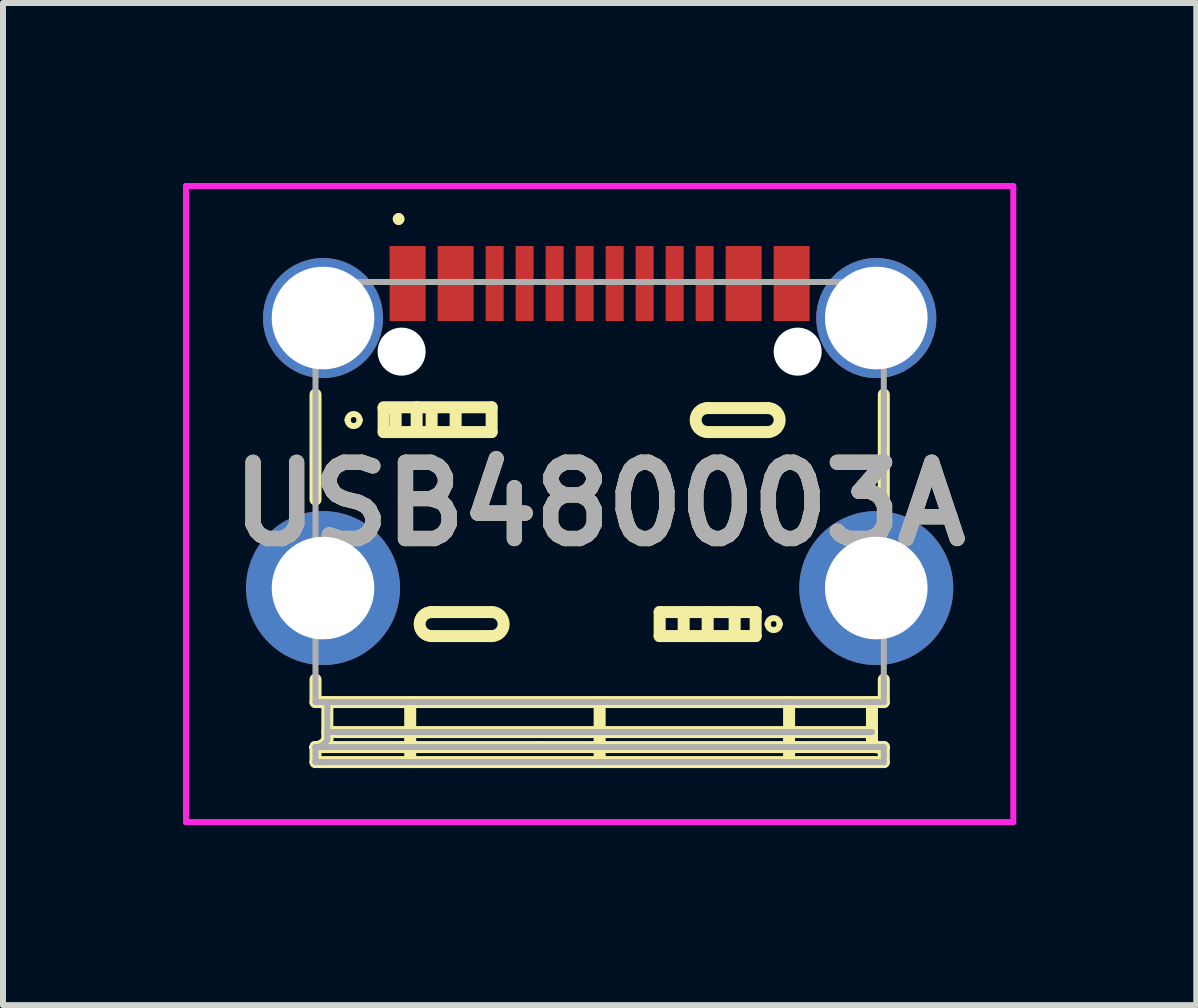
<source format=kicad_pcb>
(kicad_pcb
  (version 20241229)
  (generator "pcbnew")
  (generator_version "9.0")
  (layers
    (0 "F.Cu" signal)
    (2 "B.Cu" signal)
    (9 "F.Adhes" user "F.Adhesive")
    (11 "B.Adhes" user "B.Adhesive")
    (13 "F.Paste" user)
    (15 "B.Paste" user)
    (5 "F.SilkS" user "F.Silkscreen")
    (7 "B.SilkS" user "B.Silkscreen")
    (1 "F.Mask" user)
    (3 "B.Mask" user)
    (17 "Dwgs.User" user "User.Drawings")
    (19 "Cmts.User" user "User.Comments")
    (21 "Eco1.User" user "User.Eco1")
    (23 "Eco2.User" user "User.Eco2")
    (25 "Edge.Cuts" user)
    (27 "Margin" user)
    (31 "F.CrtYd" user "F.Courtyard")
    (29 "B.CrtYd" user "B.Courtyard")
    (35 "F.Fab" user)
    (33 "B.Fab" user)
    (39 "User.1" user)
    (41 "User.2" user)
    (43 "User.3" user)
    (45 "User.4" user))
  (footprint "USB480003A"
    (layer "F.Cu")
    (at 6.943 5.35)
    (property "Reference" "USB480003A" (at 0 0 0) (layer "F.SilkS") (effects (font (size 1.27 1.27) (thickness 0.254))))
    (attr through_hole)
    (fp_line (start -4.735 -1.825) (end -4.735 -0.075) (stroke (width 0.2) (type solid)) (layer "F.SilkS"))
    (fp_line (start -4.735 2.925) (end -4.735 3.3) (stroke (width 0.2) (type solid)) (layer "F.SilkS"))
    (fp_line (start -4.735 3.3) (end 4.735 3.3) (stroke (width 0.2) (type solid)) (layer "F.SilkS"))
    (fp_line (start -4.735 4.05) (end -4.735 4.05) (stroke (width 0.2) (type solid)) (layer "F.SilkS"))
    (fp_line (start -4.735 4.05) (end -4.735 4.05) (stroke (width 0.2) (type solid)) (layer "F.SilkS"))
    (fp_line (start -4.735 4.05) (end -4.735 4.3) (stroke (width 0.2) (type solid)) (layer "F.SilkS"))
    (fp_line (start -4.735 4.3) (end 4.735 4.3) (stroke (width 0.2) (type solid)) (layer "F.SilkS"))
    (fp_line (start -4.538 3.8) (end 4.538 3.8) (stroke (width 0.2) (type solid)) (layer "F.SilkS"))
    (fp_line (start -4.538 3.925) (end -4.538 3.3) (stroke (width 0.2) (type solid)) (layer "F.SilkS"))
    (fp_line (start -4.2 -1.4) (end -4.2 -1.4) (stroke (width 0.1) (type solid)) (layer "F.SilkS"))
    (fp_line (start -4 -1.4) (end -4 -1.4) (stroke (width 0.1) (type solid)) (layer "F.SilkS"))
    (fp_line (start -3.6 -1.613) (end -1.8 -1.613) (stroke (width 0.2) (type solid)) (layer "F.SilkS"))
    (fp_line (start -3.6 -1.6) (end -3.4 -1.6) (stroke (width 0.2) (type solid)) (layer "F.SilkS"))
    (fp_line (start -3.6 -1.2) (end -3.6 -1.6) (stroke (width 0.2) (type solid)) (layer "F.SilkS"))
    (fp_line (start -3.4 -1.6) (end -3.4 -1.2) (stroke (width 0.2) (type solid)) (layer "F.SilkS"))
    (fp_line (start -3.35 -4.8) (end -3.35 -4.8) (stroke (width 0.1) (type solid)) (layer "F.SilkS"))
    (fp_line (start -3.35 -4.7) (end -3.35 -4.7) (stroke (width 0.1) (type solid)) (layer "F.SilkS"))
    (fp_line (start -3.157 4.3) (end -3.157 3.3) (stroke (width 0.2) (type solid)) (layer "F.SilkS"))
    (fp_line (start -3.05 -1.613) (end -3.05 -1.2) (stroke (width 0.2) (type solid)) (layer "F.SilkS"))
    (fp_line (start -2.8 -1.6) (end -2.8 -1.2) (stroke (width 0.2) (type solid)) (layer "F.SilkS"))
    (fp_line (start -2.8 1.8) (end -2.8 1.8) (stroke (width 0.2) (type solid)) (layer "F.SilkS"))
    (fp_line (start -2.8 2.2) (end -1.8 2.2) (stroke (width 0.2) (type solid)) (layer "F.SilkS"))
    (fp_line (start -2.4 -1.6) (end -2.4 -1.2) (stroke (width 0.2) (type solid)) (layer "F.SilkS"))
    (fp_line (start -1.8 -1.613) (end -1.8 -1.2) (stroke (width 0.2) (type solid)) (layer "F.SilkS"))
    (fp_line (start -1.8 -1.2) (end -3.6 -1.2) (stroke (width 0.2) (type solid)) (layer "F.SilkS"))
    (fp_line (start -1.8 1.8) (end -2.8 1.8) (stroke (width 0.2) (type solid)) (layer "F.SilkS"))
    (fp_line (start -1.8 2.2) (end -1.8 2.2) (stroke (width 0.2) (type solid)) (layer "F.SilkS"))
    (fp_line (start -0.986 4.05) (end -4.735 4.05) (stroke (width 0.2) (type solid)) (layer "F.SilkS"))
    (fp_line (start 0 4.3) (end 0 3.3) (stroke (width 0.2) (type solid)) (layer "F.SilkS"))
    (fp_line (start 1 1.8) (end 2.6 1.8) (stroke (width 0.2) (type solid)) (layer "F.SilkS"))
    (fp_line (start 1 2.2) (end 1 1.8) (stroke (width 0.2) (type solid)) (layer "F.SilkS"))
    (fp_line (start 1.4 2.2) (end 1.4 1.8) (stroke (width 0.2) (type solid)) (layer "F.SilkS"))
    (fp_line (start 1.8 -1.6) (end 1.8 -1.6) (stroke (width 0.2) (type solid)) (layer "F.SilkS"))
    (fp_line (start 1.8 -1.2) (end 2.8 -1.2) (stroke (width 0.2) (type solid)) (layer "F.SilkS"))
    (fp_line (start 1.8 2.2) (end 1.8 1.8) (stroke (width 0.2) (type solid)) (layer "F.SilkS"))
    (fp_line (start 2.25 2.2) (end 2.25 1.8) (stroke (width 0.2) (type solid)) (layer "F.SilkS"))
    (fp_line (start 2.4 2.2) (end 1 2.2) (stroke (width 0.2) (type solid)) (layer "F.SilkS"))
    (fp_line (start 2.6 1.8) (end 2.6 2.2) (stroke (width 0.2) (type solid)) (layer "F.SilkS"))
    (fp_line (start 2.6 2.2) (end 2.4 2.2) (stroke (width 0.2) (type solid)) (layer "F.SilkS"))
    (fp_line (start 2.8 -1.6) (end 1.8 -1.6) (stroke (width 0.2) (type solid)) (layer "F.SilkS"))
    (fp_line (start 2.8 -1.2) (end 2.8 -1.2) (stroke (width 0.2) (type solid)) (layer "F.SilkS"))
    (fp_line (start 2.8 2) (end 2.8 2) (stroke (width 0.1) (type solid)) (layer "F.SilkS"))
    (fp_line (start 3 2) (end 3 2) (stroke (width 0.1) (type solid)) (layer "F.SilkS"))
    (fp_line (start 3.157 4.3) (end 3.157 3.3) (stroke (width 0.2) (type solid)) (layer "F.SilkS"))
    (fp_line (start 4.538 3.3) (end 4.538 3.925) (stroke (width 0.2) (type solid)) (layer "F.SilkS"))
    (fp_line (start 4.538 3.925) (end 4.538 3.925) (stroke (width 0.2) (type solid)) (layer "F.SilkS"))
    (fp_line (start 4.735 -0.075) (end 4.735 -1.825) (stroke (width 0.2) (type solid)) (layer "F.SilkS"))
    (fp_line (start 4.735 3.3) (end 4.735 2.925) (stroke (width 0.2) (type solid)) (layer "F.SilkS"))
    (fp_line (start 4.735 4.05) (end -0.986 4.05) (stroke (width 0.2) (type solid)) (layer "F.SilkS"))
    (fp_line (start 4.735 4.3) (end 4.735 4.05) (stroke (width 0.2) (type solid)) (layer "F.SilkS"))
    (fp_arc (start -4.5382 3.925107) (mid -4.618458 4.016141) (end -4.735 4.05) (stroke (width 0.2) (type solid)) (layer "F.SilkS"))
    (fp_arc (start -4.2 -1.4) (mid -4.1 -1.5) (end -4 -1.4) (stroke (width 0.1) (type solid)) (layer "F.SilkS"))
    (fp_arc (start -4 -1.4) (mid -4.1 -1.3) (end -4.2 -1.4) (stroke (width 0.1) (type solid)) (layer "F.SilkS"))
    (fp_arc (start -3.35 -4.8) (mid -3.3 -4.75) (end -3.35 -4.7) (stroke (width 0.1) (type solid)) (layer "F.SilkS"))
    (fp_arc (start -3.35 -4.7) (mid -3.4 -4.75) (end -3.35 -4.8) (stroke (width 0.1) (type solid)) (layer "F.SilkS"))
    (fp_arc (start -2.8 2.2) (mid -3 2) (end -2.8 1.8) (stroke (width 0.2) (type solid)) (layer "F.SilkS"))
    (fp_arc (start -1.8 1.8) (mid -1.6 2) (end -1.8 2.2) (stroke (width 0.2) (type solid)) (layer "F.SilkS"))
    (fp_arc (start 1.8 -1.2) (mid 1.6 -1.4) (end 1.8 -1.6) (stroke (width 0.2) (type solid)) (layer "F.SilkS"))
    (fp_arc (start 2.8 -1.6) (mid 3 -1.4) (end 2.8 -1.2) (stroke (width 0.2) (type solid)) (layer "F.SilkS"))
    (fp_arc (start 2.8 2) (mid 2.9 1.9) (end 3 2) (stroke (width 0.1) (type solid)) (layer "F.SilkS"))
    (fp_arc (start 3 2) (mid 2.9 2.1) (end 2.8 2) (stroke (width 0.1) (type solid)) (layer "F.SilkS"))
    (fp_arc (start 4.734758 4.049866) (mid 4.602056 4.041517) (end 4.538 3.925) (stroke (width 0.2) (type solid)) (layer "F.SilkS"))
    (fp_line (start -6.893 -5.3) (end 6.893 -5.3) (stroke (width 0.1) (type solid)) (layer "F.CrtYd"))
    (fp_line (start -6.893 5.3) (end -6.893 -5.3) (stroke (width 0.1) (type solid)) (layer "F.CrtYd"))
    (fp_line (start 6.893 -5.3) (end 6.893 5.3) (stroke (width 0.1) (type solid)) (layer "F.CrtYd"))
    (fp_line (start 6.893 5.3) (end -6.893 5.3) (stroke (width 0.1) (type solid)) (layer "F.CrtYd"))
    (fp_line (start -4.735 -3.7) (end 4.735 -3.7) (stroke (width 0.1) (type solid)) (layer "F.Fab"))
    (fp_line (start -4.735 3.3) (end -4.735 -3.7) (stroke (width 0.1) (type solid)) (layer "F.Fab"))
    (fp_line (start -4.735 4.05) (end -4.735 4.05) (stroke (width 0.1) (type solid)) (layer "F.Fab"))
    (fp_line (start -4.735 4.05) (end -4.735 4.05) (stroke (width 0.1) (type solid)) (layer "F.Fab"))
    (fp_line (start -4.735 4.05) (end -4.735 4.3) (stroke (width 0.1) (type solid)) (layer "F.Fab"))
    (fp_line (start -4.735 4.3) (end -4.538 4.3) (stroke (width 0.1) (type solid)) (layer "F.Fab"))
    (fp_line (start -4.735 4.3) (end 4.735 4.3) (stroke (width 0.1) (type solid)) (layer "F.Fab"))
    (fp_line (start -4.538 3.8) (end 4.538 3.8) (stroke (width 0.1) (type solid)) (layer "F.Fab"))
    (fp_line (start -4.538 3.925) (end -4.538 3.3) (stroke (width 0.1) (type solid)) (layer "F.Fab"))
    (fp_line (start 4.735 -3.7) (end 4.735 3.3) (stroke (width 0.1) (type solid)) (layer "F.Fab"))
    (fp_line (start 4.735 3.3) (end -4.735 3.3) (stroke (width 0.1) (type solid)) (layer "F.Fab"))
    (fp_line (start 4.735 4.05) (end -4.735 4.05) (stroke (width 0.1) (type solid)) (layer "F.Fab"))
    (fp_line (start 4.735 4.3) (end 4.735 4.05) (stroke (width 0.1) (type solid)) (layer "F.Fab"))
    (fp_arc (start -4.5382 3.925107) (mid -4.618458 4.016141) (end -4.735 4.05) (stroke (width 0.1) (type solid)) (layer "F.Fab"))
    (fp_text user "${REFERENCE}" (at 0 0 0) (layer "F.Fab") (effects (font (size 1.27 1.27) (thickness 0.254))))
    (pad "" np_thru_hole circle (at -3.3 -2.54) (size 0.8 0.8) (drill 0.8) (layers "*.Cu" "*.Mask"))
    (pad "" np_thru_hole circle (at 3.3 -2.54) (size 0.8 0.8) (drill 0.8) (layers "*.Cu" "*.Mask"))
    (pad "A1" smd rect (at -3.2 -3.675) (size 0.6 1.25) (layers "F.Cu" "F.Mask" "F.Paste"))
    (pad "A4" smd rect (at -2.4 -3.675) (size 0.6 1.25) (layers "F.Cu" "F.Mask" "F.Paste"))
    (pad "A5" smd rect (at -1.25 -3.675) (size 0.3 1.25) (layers "F.Cu" "F.Mask" "F.Paste"))
    (pad "A6" smd rect (at -0.25 -3.675) (size 0.3 1.25) (layers "F.Cu" "F.Mask" "F.Paste"))
    (pad "A7" smd rect (at 0.25 -3.675) (size 0.3 1.25) (layers "F.Cu" "F.Mask" "F.Paste"))
    (pad "A8" smd rect (at 1.25 -3.675) (size 0.3 1.25) (layers "F.Cu" "F.Mask" "F.Paste"))
    (pad "A9" smd rect (at 2.4 -3.675) (size 0.6 1.25) (layers "F.Cu" "F.Mask" "F.Paste"))
    (pad "A12" smd rect (at 3.2 -3.675) (size 0.6 1.25) (layers "F.Cu" "F.Mask" "F.Paste"))
    (pad "B5" smd rect (at 1.75 -3.675) (size 0.3 1.25) (layers "F.Cu" "F.Mask" "F.Paste"))
    (pad "B6" smd rect (at 0.75 -3.675) (size 0.3 1.25) (layers "F.Cu" "F.Mask" "F.Paste"))
    (pad "B7" smd rect (at -0.75 -3.675) (size 0.3 1.25) (layers "F.Cu" "F.Mask" "F.Paste"))
    (pad "B8" smd rect (at -1.75 -3.675) (size 0.3 1.25) (layers "F.Cu" "F.Mask" "F.Paste"))
    (pad "MH3" thru_hole circle (at -4.61 -3.1) (size 2 2) (drill 1.71) (layers "*.Cu" "*.Mask"))
    (pad "MH4" thru_hole circle (at 4.61 -3.1) (size 2 2) (drill 1.71) (layers "*.Cu" "*.Mask"))
    (pad "MH5" thru_hole circle (at -4.61 1.4) (size 2.565 2.565) (drill 1.71) (layers "*.Cu" "*.Mask"))
    (pad "MH6" thru_hole circle (at 4.61 1.4) (size 2.565 2.565) (drill 1.71) (layers "*.Cu" "*.Mask")))
  (gr_rect
    (start -3 -3)
    (end 16.886 13.7)
    (stroke (width 0.1) (type default))
    (fill no)
    (layer "Edge.Cuts")))
</source>
